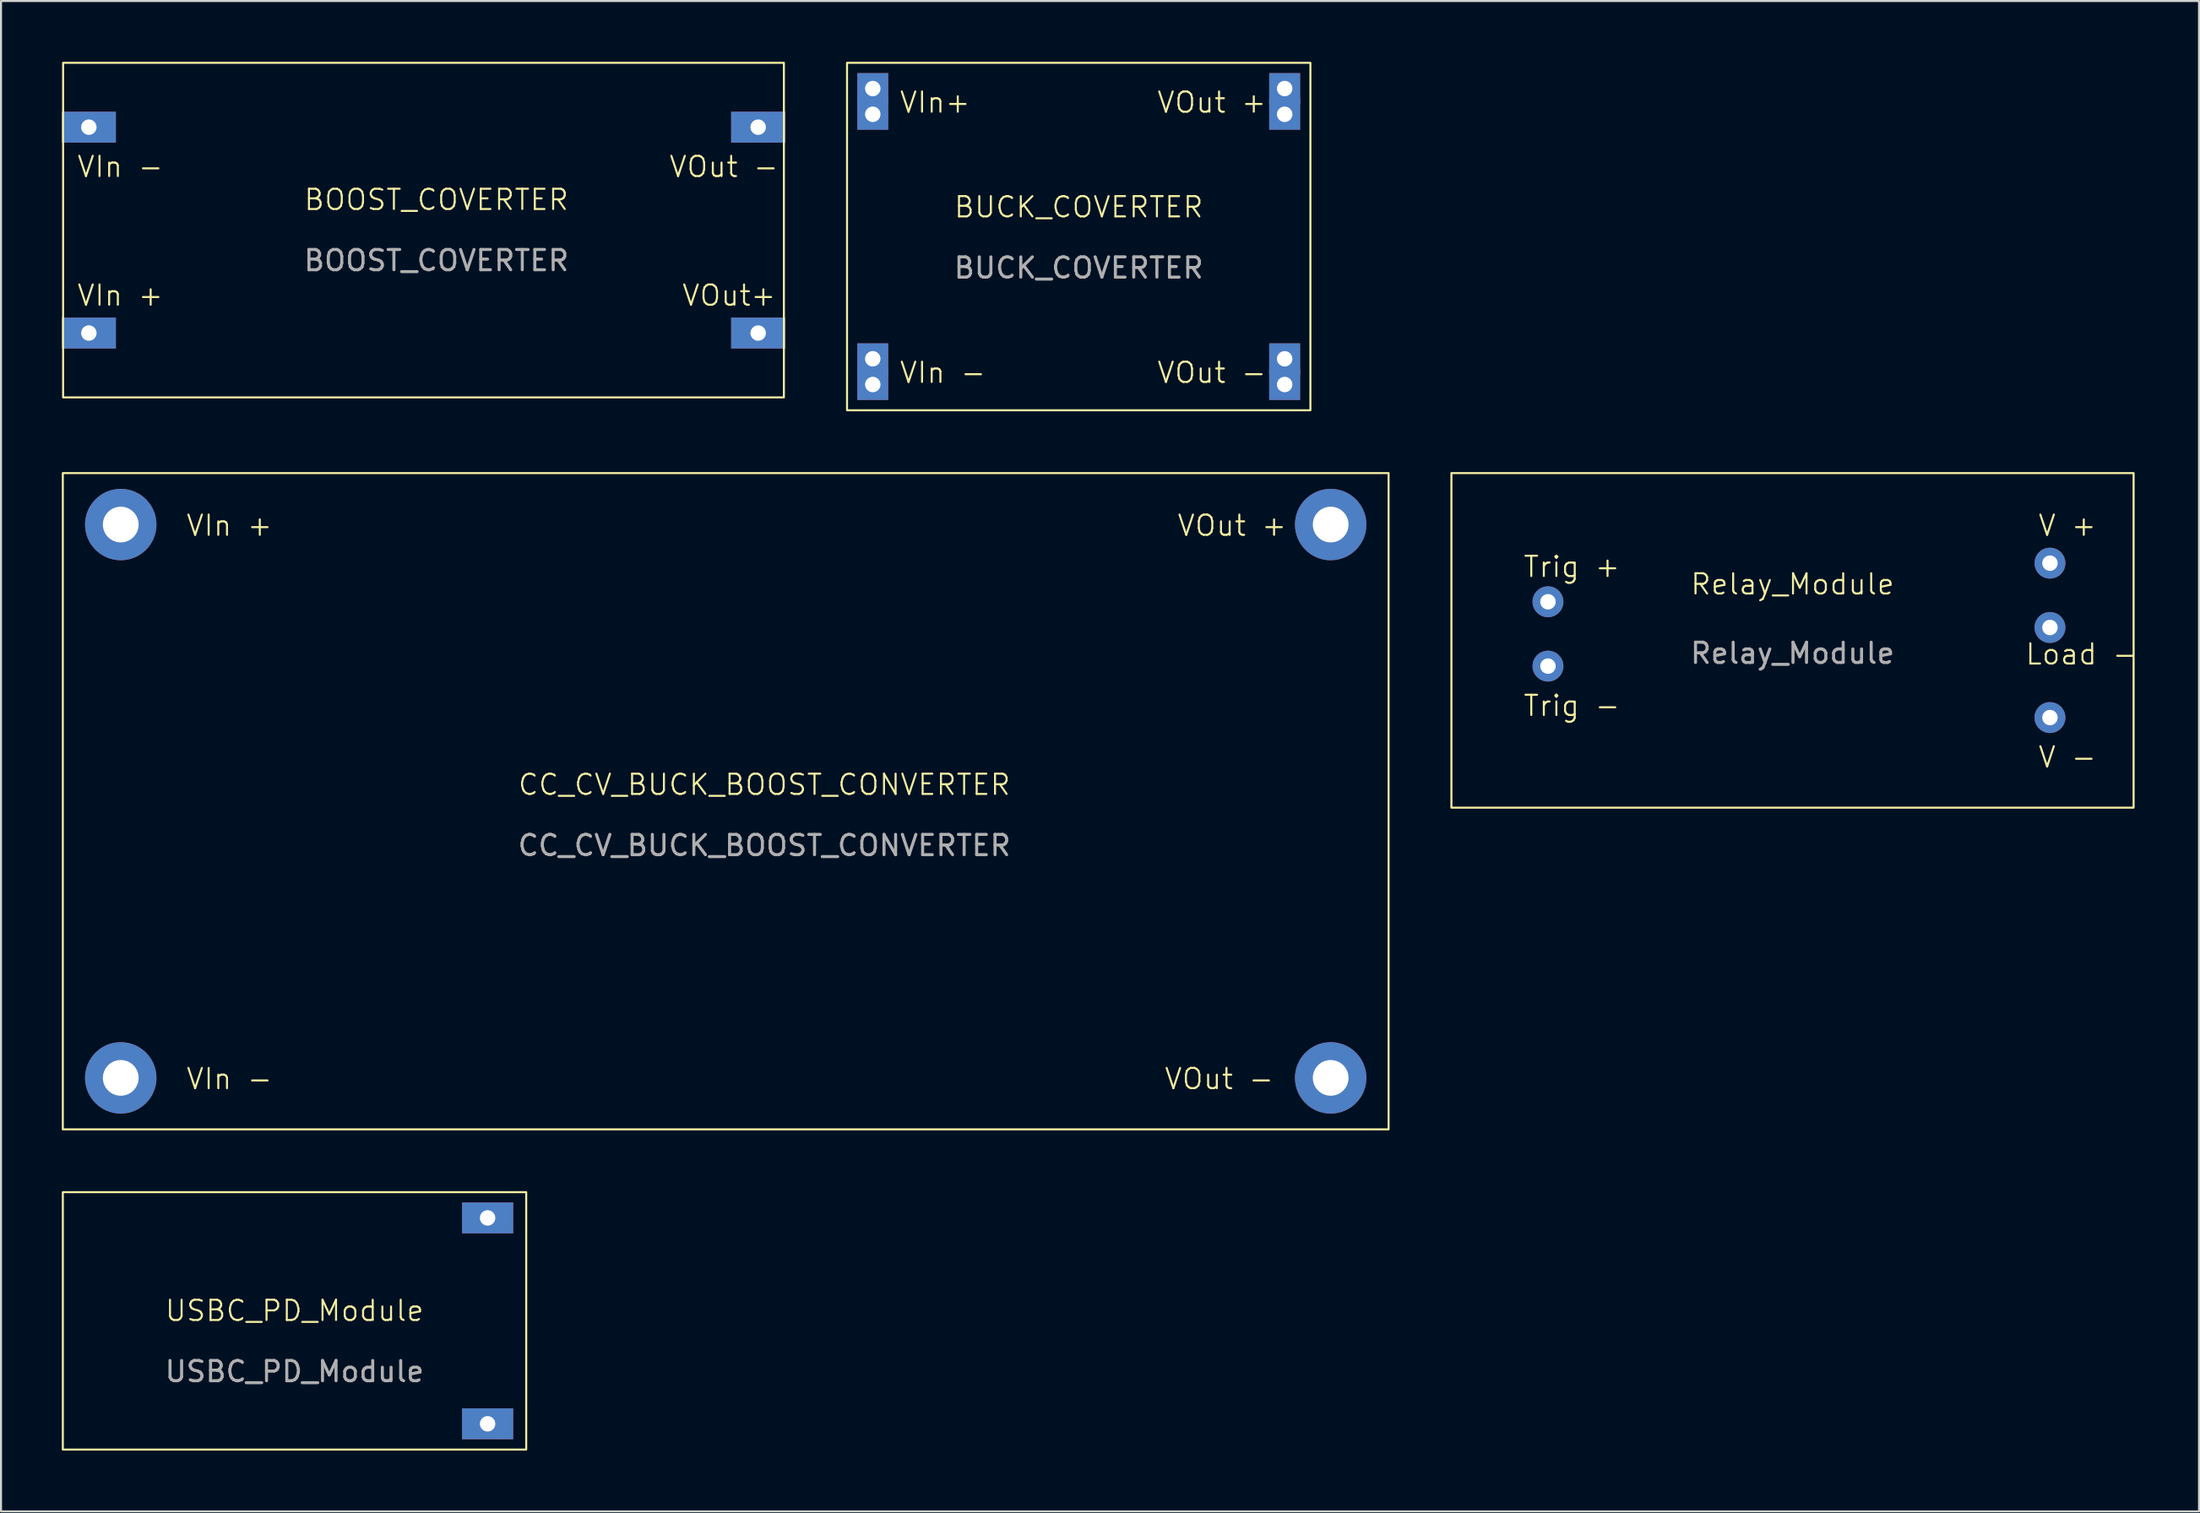
<source format=kicad_pcb>
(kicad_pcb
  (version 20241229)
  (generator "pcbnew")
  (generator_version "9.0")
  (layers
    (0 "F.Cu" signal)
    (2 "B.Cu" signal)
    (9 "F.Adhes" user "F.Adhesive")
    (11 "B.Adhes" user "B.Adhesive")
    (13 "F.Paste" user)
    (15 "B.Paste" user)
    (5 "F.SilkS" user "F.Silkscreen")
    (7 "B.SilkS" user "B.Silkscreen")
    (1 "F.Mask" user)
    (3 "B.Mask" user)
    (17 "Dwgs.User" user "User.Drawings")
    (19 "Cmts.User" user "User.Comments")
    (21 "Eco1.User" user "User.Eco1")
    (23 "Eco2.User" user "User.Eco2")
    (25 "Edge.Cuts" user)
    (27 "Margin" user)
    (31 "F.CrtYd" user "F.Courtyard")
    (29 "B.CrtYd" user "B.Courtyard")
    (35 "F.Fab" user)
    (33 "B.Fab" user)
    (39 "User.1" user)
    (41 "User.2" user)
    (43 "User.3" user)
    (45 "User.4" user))
  (footprint "Relay_Module"
    (layer "F.Cu")
    (at 80.302 26.645)
    (property "Reference" "Relay_Module" (at 5.08 -0.865 0) (unlocked yes) (layer "F.SilkS") (effects (font (size 1 1) (thickness 0.1))))
    (attr through_hole)
    (fp_rect (start -11.748 -6.35) (end 21.907 10.16) (stroke (width 0.1) (type default)) (fill no) (layer "F.SilkS"))
    (fp_text user "V -" (at 17.145 8.255 0) (unlocked yes) (layer "F.SilkS") (effects (font (size 1 1) (thickness 0.1)) (justify left bottom)))
    (fp_text user "Trig -" (at -8.255 5.715 0) (unlocked yes) (layer "F.SilkS") (effects (font (size 1 1) (thickness 0.1)) (justify left bottom)))
    (fp_text user "Load -" (at 16.51 3.175 0) (unlocked yes) (layer "F.SilkS") (effects (font (size 1 1) (thickness 0.1)) (justify left bottom)))
    (fp_text user "Trig +" (at -8.255 -1.143 0) (unlocked yes) (layer "F.SilkS") (effects (font (size 1 1) (thickness 0.1)) (justify left bottom)))
    (fp_text user "V +" (at 17.145 -3.175 0) (unlocked yes) (layer "F.SilkS") (effects (font (size 1 1) (thickness 0.1)) (justify left bottom)))
    (fp_text user "${REFERENCE}" (at 5.08 2.54 0) (unlocked yes) (layer "F.Fab") (effects (font (size 1 1) (thickness 0.15))))
    (pad "1" thru_hole circle (at -6.985 0) (size 1.524 1.524) (drill 0.762) (layers "*.Cu" "*.Mask"))
    (pad "2" thru_hole circle (at -6.985 3.175) (size 1.524 1.524) (drill 0.762) (layers "*.Cu" "*.Mask"))
    (pad "3" thru_hole circle (at 17.78 -1.905) (size 1.524 1.524) (drill 0.762) (layers "*.Cu" "*.Mask"))
    (pad "4" thru_hole circle (at 17.78 5.715) (size 1.524 1.524) (drill 0.762) (layers "*.Cu" "*.Mask"))
    (pad "5" thru_hole circle (at 17.78 1.27) (size 1.524 1.524) (drill 0.762) (layers "*.Cu" "*.Mask")))
  (footprint "BUCK_COVERTER"
    (layer "F.Cu")
    (at 50.167 7.67)
    (property "Reference" "BUCK_COVERTER" (at 0 -0.5 0) (unlocked yes) (layer "F.SilkS") (effects (font (size 1 1) (thickness 0.1))))
    (attr through_hole)
    (fp_rect (start -11.43 -7.62) (end 11.43 9.525) (stroke (width 0.1) (type default)) (fill no) (layer "F.SilkS"))
    (fp_text user "VOut -" (at 3.81 8.255 0) (unlocked yes) (layer "F.SilkS") (effects (font (size 1 1) (thickness 0.1)) (justify left bottom)))
    (fp_text user "VIn -" (at -8.89 8.255 0) (unlocked yes) (layer "F.SilkS") (effects (font (size 1 1) (thickness 0.1)) (justify left bottom)))
    (fp_text user "VOut +" (at 3.81 -5.08 0) (unlocked yes) (layer "F.SilkS") (effects (font (size 1 1) (thickness 0.1)) (justify left bottom)))
    (fp_text user "VIn+" (at -8.89 -5.08 0) (unlocked yes) (layer "F.SilkS") (effects (font (size 1 1) (thickness 0.1)) (justify left bottom)))
    (fp_text user "${REFERENCE}" (at 0 2.5 0) (unlocked yes) (layer "F.Fab") (effects (font (size 1 1) (thickness 0.15))))
    (pad "1" thru_hole rect (at -10.16 -6.35) (size 1.524 1.524) (drill 0.762) (layers "*.Cu" "*.Mask"))
    (pad "1" thru_hole rect (at -10.16 -5.08) (size 1.524 1.524) (drill 0.762) (layers "*.Cu" "*.Mask"))
    (pad "2" thru_hole rect (at -10.16 6.985) (size 1.524 1.524) (drill 0.762) (layers "*.Cu" "*.Mask"))
    (pad "2" thru_hole rect (at -10.16 8.255) (size 1.524 1.524) (drill 0.762) (layers "*.Cu" "*.Mask"))
    (pad "3" thru_hole rect (at 10.16 -6.35) (size 1.524 1.524) (drill 0.762) (layers "*.Cu" "*.Mask"))
    (pad "3" thru_hole rect (at 10.16 -5.08) (size 1.524 1.524) (drill 0.762) (layers "*.Cu" "*.Mask"))
    (pad "4" thru_hole rect (at 10.16 6.985) (size 1.524 1.524) (drill 0.762) (layers "*.Cu" "*.Mask"))
    (pad "4" thru_hole rect (at 10.16 8.255) (size 1.524 1.524) (drill 0.762) (layers "*.Cu" "*.Mask")))
  (footprint "USBC_PD_Module"
    (layer "F.Cu")
    (at 11.48 62.13)
    (property "Reference" "USBC_PD_Module" (at 0 -0.5 0) (unlocked yes) (layer "F.SilkS") (effects (font (size 1 1) (thickness 0.1))))
    (attr through_hole)
    (fp_rect (start -11.43 -6.35) (end 11.43 6.35) (stroke (width 0.1) (type default)) (fill no) (layer "F.SilkS"))
    (fp_text user "${REFERENCE}" (at 0 2.5 0) (unlocked yes) (layer "F.Fab") (effects (font (size 1 1) (thickness 0.15))))
    (pad "1" thru_hole rect (at 9.525 -5.08) (size 2.524 1.524) (drill 0.762) (layers "*.Cu" "*.Mask"))
    (pad "2" thru_hole rect (at 9.525 5.08) (size 2.524 1.524) (drill 0.762) (layers "*.Cu" "*.Mask")))
  (footprint "BOOST_COVERTER"
    (layer "F.Cu")
    (at 11.493 7.67)
    (property "Reference" "BOOST_COVERTER" (at 6.985 -0.865 0) (unlocked yes) (layer "F.SilkS") (effects (font (size 1 1) (thickness 0.1))))
    (attr through_hole)
    (fp_rect (start -11.43 -7.62) (end 24.13 8.89) (stroke (width 0.1) (type default)) (fill no) (layer "F.SilkS"))
    (fp_text user "VOut+" (at 19.05 4.445 0) (unlocked yes) (layer "F.SilkS") (effects (font (size 1 1) (thickness 0.1)) (justify left bottom)))
    (fp_text user "VOut -" (at 18.415 -1.905 0) (unlocked yes) (layer "F.SilkS") (effects (font (size 1 1) (thickness 0.1)) (justify left bottom)))
    (fp_text user "VIn +" (at -10.795 4.445 0) (unlocked yes) (layer "F.SilkS") (effects (font (size 1 1) (thickness 0.1)) (justify left bottom)))
    (fp_text user "VIn -" (at -10.795 -1.905 0) (unlocked yes) (layer "F.SilkS") (effects (font (size 1 1) (thickness 0.1)) (justify left bottom)))
    (fp_text user "${REFERENCE}" (at 6.985 2.135 0) (unlocked yes) (layer "F.Fab") (effects (font (size 1 1) (thickness 0.15))))
    (pad "1" thru_hole rect (at -10.16 5.715) (size 2.667 1.524) (drill 0.762) (layers "*.Cu" "*.Mask"))
    (pad "2" thru_hole rect (at -10.16 -4.445) (size 2.667 1.524) (drill 0.762) (layers "*.Cu" "*.Mask"))
    (pad "3" thru_hole rect (at 22.86 5.715) (size 2.667 1.524) (drill 0.762) (layers "*.Cu" "*.Mask"))
    (pad "4" thru_hole rect (at 22.86 -4.445) (size 2.667 1.524) (drill 0.762) (layers "*.Cu" "*.Mask")))
  (footprint "CC_CV_BUCK_BOOST_CONVERTER"
    (layer "F.Cu")
    (at 34.657 36.17)
    (property "Reference" "CC_CV_BUCK_BOOST_CONVERTER" (at 0 -0.5 0) (unlocked yes) (layer "F.SilkS") (effects (font (size 1 1) (thickness 0.1))))
    (attr through_hole)
    (fp_rect (start -34.608 -15.875) (end 30.797 16.51) (stroke (width 0.1) (type default)) (fill no) (layer "F.SilkS"))
    (fp_text user "VIn -" (at -28.575 14.605 0) (unlocked yes) (layer "F.SilkS") (effects (font (size 1 1) (thickness 0.1)) (justify left bottom)))
    (fp_text user "VIn +" (at -28.575 -12.7 0) (unlocked yes) (layer "F.SilkS") (effects (font (size 1 1) (thickness 0.1)) (justify left bottom)))
    (fp_text user "VOut -" (at 19.685 14.605 0) (unlocked yes) (layer "F.SilkS") (effects (font (size 1 1) (thickness 0.1)) (justify left bottom)))
    (fp_text user "VOut +" (at 20.32 -12.7 0) (unlocked yes) (layer "F.SilkS") (effects (font (size 1 1) (thickness 0.1)) (justify left bottom)))
    (fp_text user "${REFERENCE}" (at 0 2.5 0) (unlocked yes) (layer "F.Fab") (effects (font (size 1 1) (thickness 0.15))))
    (pad "1" thru_hole circle (at -31.75 -13.335) (size 3.524 3.524) (drill 1.762) (layers "*.Cu" "*.Mask"))
    (pad "2" thru_hole circle (at -31.75 13.97) (size 3.524 3.524) (drill 1.762) (layers "*.Cu" "*.Mask"))
    (pad "3" thru_hole circle (at 27.94 -13.335) (size 3.524 3.524) (drill 1.762) (layers "*.Cu" "*.Mask"))
    (pad "4" thru_hole circle (at 27.94 13.97) (size 3.524 3.524) (drill 1.762) (layers "*.Cu" "*.Mask")))
  (gr_rect
    (start -3 -3)
    (end 105.436 71.53)
    (stroke (width 0.1) (type default))
    (fill no)
    (layer "Edge.Cuts")))
</source>
